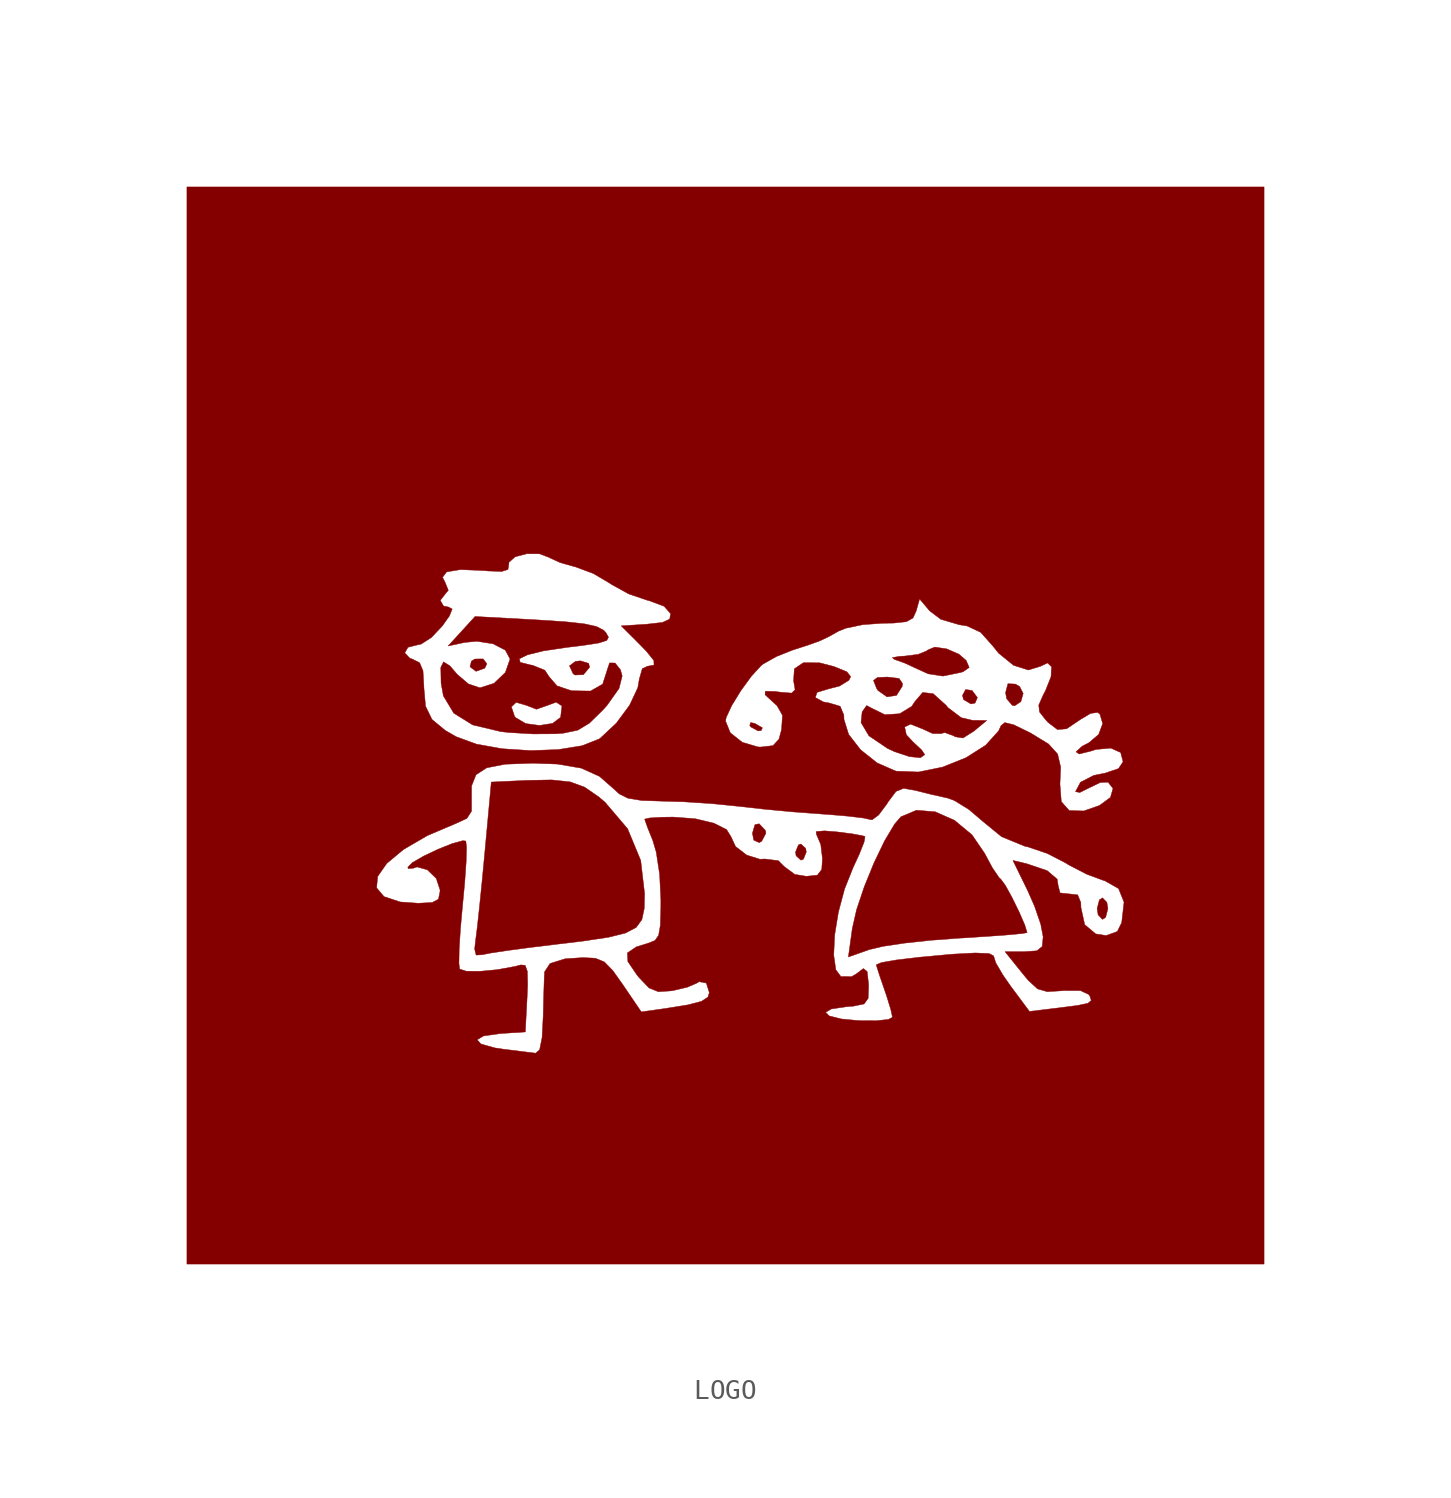
<source format=kicad_sym>
(kicad_symbol_lib
  (version 20220914)
  (generator "bitmap2component")
  (generator_version "8.0")
  (symbol "LOGO"
    (pin_names
      (offset 1.016))
    (property "Reference" "#G"
      (at 0 26.386 0)
      (effects (font (size 1.27 1.27)) hide))
    (symbol "LOGO_0_0"
      (polyline (pts (xy 27.021 0) (xy 27.021 27.021) (xy 0 27.021) (xy -27.021 27.021) (xy -27.021 3.643) (xy -16.093 3.643) (xy -15.932 3.924) (xy -15.418 4.053) (xy -15.272 4.083) (xy -14.754 4.416) (xy -14.204 4.999) (xy -13.851 5.497) (xy -13.712 5.846) (xy -13.902 5.945) (xy -14.149 5.995) (xy -14.31 6.278) (xy -14.038 6.628) (xy -13.907 6.782) (xy -14.068 7.181) (xy -14.198 7.433) (xy -13.992 7.706) (xy -13.3 7.822) (xy -12.145 7.774) (xy -11.932 7.754) (xy -11.229 7.727) (xy -10.915 7.826) (xy -10.873 8.078) (xy -10.864 8.19) (xy -10.554 8.463) (xy -9.977 8.617) (xy -9.336 8.616) (xy -8.832 8.426) (xy -8.804 8.405) (xy -8.295 8.173) (xy -7.569 7.967) (xy -7.517 7.955) (xy -6.627 7.623) (xy -5.795 7.131) (xy -5.728 7.082) (xy -4.848 6.597) (xy -3.902 6.277) (xy -3.825 6.26) (xy -3.08 5.982) (xy -2.754 5.611) (xy -2.8 5.34) (xy -3.16 5.172) (xy -3.95 5.082) (xy -5.233 4.999) (xy -4.373 4.141) (xy -3.972 3.73) (xy -3.595 3.262) (xy -3.586 3.033) (xy -3.918 2.972) (xy -4.175 2.85) (xy -4.323 2.337) (xy -4.4 1.894) (xy -4.812 1.018) (xy -5.394 0.229) (xy 0 0.229) (xy 0.035 0.403) (xy 0.312 1) (xy 0.773 1.752) (xy 1.304 2.48) (xy 1.789 3.007) (xy 1.89 3.086) (xy 2.557 3.462) (xy 3.378 3.788) (xy 4.138 4.032) (xy 4.712 4.238) (xy 5.155 4.444) (xy 5.675 4.735) (xy 6.032 4.88) (xy 6.89 5.059) (xy 7.872 5.13) (xy 8.438 5.139) (xy 9.076 5.208) (xy 9.404 5.392) (xy 9.566 5.742) (xy 9.737 6.35) (xy 10.24 5.753) (xy 10.804 5.327) (xy 11.736 5.054) (xy 12.12 4.993) (xy 12.803 4.674) (xy 13.417 3.985) (xy 13.708 3.623) (xy 14.455 3.018) (xy 15.197 2.784) (xy 15.809 2.974) (xy 16.159 3.14) (xy 16.359 2.944) (xy 16.331 2.443) (xy 16.054 1.747) (xy 15.949 1.55) (xy 15.717 1.023) (xy 15.756 0.677) (xy 16.065 0.284) (xy 16.187 0.153) (xy 16.653 -0.204) (xy 17.113 -0.165) (xy 17.756 0.267) (xy 17.788 0.292) (xy 18.322 0.608) (xy 18.677 0.656) (xy 18.785 0.566) (xy 18.925 0.097) (xy 18.723 -0.448) (xy 18.239 -0.86) (xy 17.886 -1.045) (xy 17.585 -1.322) (xy 17.741 -1.43) (xy 18.335 -1.283) (xy 18.585 -1.202) (xy 19.331 -1.134) (xy 19.826 -1.355) (xy 19.946 -1.823) (xy 19.717 -2.162) (xy 19.048 -2.388) (xy 18.475 -2.504) (xy 17.812 -2.844) (xy 17.564 -3.307) (xy 17.565 -3.319) (xy 17.776 -3.362) (xy 18.247 -3.127) (xy 18.803 -2.86) (xy 19.193 -2.842) (xy 19.442 -3.159) (xy 19.313 -3.607) (xy 18.767 -4.01) (xy 17.972 -4.288) (xy 17.244 -4.266) (xy 16.847 -3.817) (xy 16.78 -2.939) (xy 16.816 -2.091) (xy 16.663 -1.431) (xy 16.207 -0.928) (xy 15.35 -0.403) (xy 15.249 -0.348) (xy 14.457 0.038) (xy 14.012 0.145) (xy 13.824 -0.006) (xy 13.702 -0.272) (xy 13.052 -0.99) (xy 12.064 -1.617) (xy 10.891 -2.087) (xy 9.682 -2.333) (xy 8.587 -2.292) (xy 8.514 -2.275) (xy 7.607 -1.877) (xy 6.78 -1.22) (xy 6.178 -0.445) (xy 5.945 0.305) (xy 5.937 0.526) (xy 5.753 0.965) (xy 5.202 1.13) (xy 4.913 1.182) (xy 4.506 1.404) (xy 4.594 1.663) (xy 5.182 1.84) (xy 5.72 1.978) (xy 6.193 2.27) (xy 6.281 2.45) (xy 6.09 2.695) (xy 5.441 2.96) (xy 4.721 3.145) (xy 3.904 3.15) (xy 3.453 2.844) (xy 3.416 2.242) (xy 3.492 1.795) (xy 3.315 1.625) (xy 2.741 1.673) (xy 2.499 1.706) (xy 1.998 1.72) (xy 1.987 1.542) (xy 2.441 1.124) (xy 2.583 0.997) (xy 2.859 0.512) (xy 2.812 -0.203) (xy 2.682 -0.687) (xy 2.382 -1.01) (xy 1.764 -1.081) (xy 1.629 -1.075) (xy 0.843 -0.843) (xy 0.24 -0.364) (xy 0 0.229) (xy -5.394 0.229) (xy -5.477 0.117) (xy -6.279 -0.633) (xy -6.337 -0.674) (xy -7.189 -1.013) (xy -8.388 -1.207) (xy -9.777 -1.258) (xy -11.199 -1.166) (xy -12.496 -0.934) (xy -13.511 -0.563) (xy -14.056 -0.249) (xy -14.727 0.305) (xy -15.049 0.967) (xy -15.132 1.902) (xy -15.132 1.967) (xy -15.177 2.744) (xy -15.346 3.147) (xy -15.7 3.328) (xy -15.838 3.375) (xy -16.093 3.643) (xy -27.021 3.643) (xy -27.021 0) (xy -27.021 -8.144) (xy -17.505 -8.144) (xy -17.452 -7.575) (xy -16.996 -6.921) (xy -16.158 -6.223) (xy -14.96 -5.525) (xy -13.422 -4.87) (xy -12.975 -4.66) (xy -12.742 -4.299) (xy -12.742 -3.622) (xy -12.74 -3.03) (xy -12.517 -2.471) (xy -11.978 -2.122) (xy -11.051 -1.942) (xy -9.663 -1.891) (xy -8.426 -1.936) (xy -7.231 -2.141) (xy -6.321 -2.553) (xy -5.564 -3.215) (xy -5.336 -3.429) (xy -4.89 -3.651) (xy -4.206 -3.762) (xy -3.133 -3.797) (xy -2.166 -3.825) (xy -0.67 -3.92) (xy 0.676 -4.056) (xy 0.698 -4.059) (xy 1.956 -4.2) (xy 3.433 -4.338) (xy 4.812 -4.441) (xy 5.158 -4.464) (xy 6.17 -4.551) (xy 6.928 -4.643) (xy 7.289 -4.724) (xy 7.355 -4.733) (xy 7.681 -4.491) (xy 8.089 -3.947) (xy 8.164 -3.826) (xy 8.554 -3.307) (xy 8.939 -3.152) (xy 9.53 -3.258) (xy 10.328 -3.458) (xy 11.153 -3.643) (xy 11.482 -3.763) (xy 12.207 -4.21) (xy 12.94 -4.834) (xy 13.853 -5.58) (xy 15.027 -6.061) (xy 15.186 -6.094) (xy 16.155 -6.424) (xy 17.062 -6.894) (xy 17.227 -6.997) (xy 18.123 -7.461) (xy 18.954 -7.769) (xy 19.033 -7.791) (xy 19.721 -8.182) (xy 19.995 -8.864) (xy 19.878 -9.89) (xy 19.657 -10.335) (xy 19.099 -10.538) (xy 18.575 -10.456) (xy 18.022 -9.992) (xy 17.834 -9.136) (xy 17.825 -8.877) (xy 17.67 -8.497) (xy 17.226 -8.447) (xy 16.785 -8.4) (xy 16.694 -8.053) (xy 16.64 -7.708) (xy 16.137 -7.28) (xy 15.114 -6.935) (xy 14.421 -6.77) (xy 15.176 -8.316) (xy 15.508 -9.073) (xy 15.816 -9.968) (xy 15.937 -10.606) (xy 15.89 -11.084) (xy 15.626 -11.303) (xy 14.984 -11.349) (xy 14.026 -11.349) (xy 14.866 -12.395) (xy 15.191 -12.787) (xy 15.655 -13.213) (xy 16.142 -13.354) (xy 16.87 -13.309) (xy 16.98 -13.298) (xy 17.814 -13.302) (xy 18.231 -13.498) (xy 18.281 -13.58) (xy 18.351 -13.795) (xy 18.185 -13.934) (xy 17.683 -14.042) (xy 16.745 -14.164) (xy 15.25 -14.345) (xy 14.313 -13.085) (xy 13.919 -12.52) (xy 13.56 -11.905) (xy 13.451 -11.563) (xy 13.452 -11.559) (xy 13.23 -11.442) (xy 12.534 -11.412) (xy 11.424 -11.471) (xy 11.254 -11.485) (xy 9.729 -11.626) (xy 8.567 -11.764) (xy 7.826 -11.893) (xy 7.566 -12.003) (xy 7.583 -12.078) (xy 7.728 -12.533) (xy 7.971 -13.241) (xy 8.082 -13.563) (xy 8.293 -14.249) (xy 8.377 -14.638) (xy 8.172 -14.747) (xy 7.562 -14.812) (xy 6.688 -14.807) (xy 5.816 -14.724) (xy 5.203 -14.57) (xy 5.024 -14.389) (xy 5.312 -14.221) (xy 6.099 -14.105) (xy 6.419 -14.08) (xy 6.954 -13.97) (xy 7.157 -13.688) (xy 7.18 -13.093) (xy 7.177 -12.972) (xy 7.107 -12.345) (xy 6.918 -12.194) (xy 6.557 -12.466) (xy 6.332 -12.598) (xy 5.79 -12.595) (xy 5.535 -12.255) (xy 5.43 -11.517) (xy 5.477 -10.512) (xy 5.664 -9.364) (xy 5.976 -8.196) (xy 6.399 -7.134) (xy 6.711 -6.46) (xy 6.953 -5.848) (xy 7.002 -5.574) (xy 6.891 -5.534) (xy 6.366 -5.436) (xy 5.583 -5.336) (xy 4.965 -5.286) (xy 4.545 -5.323) (xy 4.57 -5.489) (xy 4.579 -5.498) (xy 4.78 -5.969) (xy 4.864 -6.674) (xy 4.829 -7.222) (xy 4.61 -7.508) (xy 4.056 -7.566) (xy 3.473 -7.468) (xy 2.938 -7.07) (xy 2.652 -6.782) (xy 1.98 -6.698) (xy 1.724 -6.709) (xy 1.061 -6.5) (xy 0.504 -6.071) (xy 0.268 -5.565) (xy 0.053 -5.221) (xy -0.583 -4.901) (xy -1.517 -4.678) (xy -2.621 -4.594) (xy -3.182 -4.602) (xy -3.809 -4.639) (xy -4.053 -4.696) (xy -4.046 -4.733) (xy -3.907 -5.124) (xy -3.648 -5.768) (xy -3.474 -6.357) (xy -3.305 -7.469) (xy -3.243 -8.744) (xy -3.244 -9.136) (xy -3.269 -10.021) (xy -3.356 -10.529) (xy -3.538 -10.785) (xy -3.85 -10.912) (xy -4.475 -11.107) (xy -4.922 -11.41) (xy -4.899 -11.842) (xy -4.446 -12.51) (xy -4.342 -12.639) (xy -3.839 -13.165) (xy -3.372 -13.356) (xy -2.722 -13.313) (xy -2.627 -13.298) (xy -1.913 -13.129) (xy -1.461 -12.935) (xy -1.321 -12.852) (xy -0.961 -12.924) (xy -0.811 -13.402) (xy -0.881 -13.627) (xy -1.203 -13.837) (xy -1.875 -14.014) (xy -2.99 -14.194) (xy -4.224 -14.368) (xy -5.152 -13.001) (xy -5.651 -12.299) (xy -6.081 -11.859) (xy -6.532 -11.676) (xy -7.161 -11.645) (xy -8.05 -11.705) (xy -8.804 -11.941) (xy -9.079 -12.362) (xy -9.079 -12.365) (xy -9.098 -12.797) (xy -9.123 -13.596) (xy -9.147 -14.591) (xy -9.203 -15.661) (xy -9.326 -16.269) (xy -9.525 -16.441) (xy -9.688 -16.42) (xy -10.319 -16.342) (xy -11.153 -16.238) (xy -11.571 -16.175) (xy -12.267 -15.98) (xy -12.46 -15.766) (xy -12.142 -15.576) (xy -11.304 -15.456) (xy -10.043 -15.374) (xy -9.953 -13.634) (xy -9.926 -12.994) (xy -9.943 -12.327) (xy -10.05 -12.033) (xy -10.268 -12.012) (xy -10.557 -12.087) (xy -11.44 -12.249) (xy -12.313 -12.332) (xy -13.003 -12.327) (xy -13.338 -12.221) (xy -13.374 -11.945) (xy -13.362 -11.223) (xy -13.297 -10.187) (xy -13.185 -8.957) (xy -13.085 -7.896) (xy -13.012 -6.851) (xy -12.992 -6.113) (xy -13.028 -5.796) (xy -13.189 -5.78) (xy -13.714 -5.926) (xy -14.425 -6.21) (xy -15.147 -6.553) (xy -15.709 -6.879) (xy -15.937 -7.109) (xy -15.921 -7.177) (xy -15.678 -7.164) (xy -15.472 -7.096) (xy -14.956 -7.24) (xy -14.511 -7.674) (xy -14.321 -8.251) (xy -14.322 -8.32) (xy -14.4 -8.713) (xy -14.716 -8.881) (xy -15.42 -8.917) (xy -16.318 -8.853) (xy -17.134 -8.584) (xy -17.505 -8.144) (xy -27.021 -8.144) (xy -27.021 -27.021) (xy 0 -27.021) (xy 27.021 -27.021) (xy 27.021 0)) (stroke (width 0.01) (type default)) (fill (type outline)))
      (polyline (pts (xy -12.212 -11.502) (xy -11.78 -11.416) (xy -10.931 -11.288) (xy -9.79 -11.136) (xy -8.48 -10.976) (xy -7.139 -10.815) (xy -5.878 -10.626) (xy -5.017 -10.413) (xy -4.481 -10.131) (xy -4.194 -9.736) (xy -4.078 -9.185) (xy -4.059 -8.435) (xy -4.254 -6.768) (xy -4.913 -5.179) (xy -6.042 -3.852) (xy -6.36 -3.582) (xy -7.064 -3.096) (xy -7.793 -2.828) (xy -8.716 -2.73) (xy -10.004 -2.755) (xy -11.75 -2.837) (xy -12.074 -6.35) (xy -12.084 -6.46) (xy -12.218 -7.864) (xy -12.347 -9.138) (xy -12.457 -10.147) (xy -12.534 -10.755) (xy -12.586 -11.21) (xy -12.512 -11.516) (xy -12.212 -11.502)) (stroke (width 0.01) (type default)) (fill (type outline)))
      (polyline (pts (xy 7.219 -11.241) (xy 7.897 -11.081) (xy 8.969 -10.92) (xy 10.287 -10.777) (xy 11.703 -10.671) (xy 11.895 -10.66) (xy 13.159 -10.579) (xy 14.188 -10.503) (xy 14.879 -10.438) (xy 15.132 -10.393) (xy 15.132 -10.391) (xy 15.015 -10.005) (xy 14.732 -9.355) (xy 14.378 -8.633) (xy 14.045 -8.027) (xy 13.827 -7.729) (xy 13.72 -7.625) (xy 13.385 -7.13) (xy 12.999 -6.41) (xy 12.365 -5.483) (xy 11.49 -4.758) (xy 10.521 -4.329) (xy 9.582 -4.251) (xy 8.8 -4.579) (xy 8.483 -4.947) (xy 7.983 -5.786) (xy 7.455 -6.881) (xy 6.965 -8.082) (xy 6.577 -9.238) (xy 6.36 -10.197) (xy 6.165 -11.613) (xy 7.219 -11.241)) (stroke (width 0.01) (type default)) (fill (type outline)))
      (polyline (pts (xy 19.072 -9.626) (xy 19.185 -9.187) (xy 19.134 -8.873) (xy 18.915 -8.647) (xy 18.758 -8.748) (xy 18.645 -9.187) (xy 18.695 -9.501) (xy 18.915 -9.728) (xy 19.072 -9.626)) (stroke (width 0.01) (type default)) (fill (type outline)))
      (polyline (pts (xy 3.907 -6.71) (xy 4.053 -6.35) (xy 4.023 -6.164) (xy 3.783 -5.945) (xy 3.659 -5.99) (xy 3.513 -6.35) (xy 3.543 -6.537) (xy 3.783 -6.755) (xy 3.907 -6.71)) (stroke (width 0.01) (type default)) (fill (type outline)))
      (polyline (pts (xy 1.813 -5.81) (xy 2.027 -5.404) (xy 2.003 -5.263) (xy 1.689 -4.931) (xy 1.476 -4.976) (xy 1.351 -5.404) (xy 1.418 -5.752) (xy 1.689 -5.877) (xy 1.813 -5.81)) (stroke (width 0.01) (type default)) (fill (type outline)))
      (polyline (pts (xy 9.998 -1.462) (xy 9.841 -1.227) (xy 9.415 -0.83) (xy 9.073 -0.465) (xy 8.989 -0.073) (xy 9.281 0.069) (xy 9.865 -0.161) (xy 10.392 -0.404) (xy 10.809 -0.405) (xy 11.004 -0.355) (xy 11.461 -0.521) (xy 11.515 -0.563) (xy 11.914 -0.628) (xy 12.462 -0.283) (xy 13.105 0.252) (xy 12.382 0.261) (xy 11.828 0.392) (xy 11.166 0.892) (xy 11.065 1.016) (xy 10.417 1.598) (xy 9.893 1.657) (xy 9.497 1.194) (xy 9.341 0.958) (xy 8.735 0.59) (xy 7.995 0.543) (xy 7.359 0.856) (xy 7.081 1.002) (xy 6.856 0.684) (xy 6.8 0.148) (xy 7.195 -0.518) (xy 8.127 -1.148) (xy 8.482 -1.313) (xy 9.226 -1.56) (xy 9.78 -1.618) (xy 9.998 -1.462)) (stroke (width 0.01) (type default)) (fill (type outline)))
      (polyline (pts (xy 1.789 -0.256) (xy 1.853 -0.115) (xy 1.472 0.103) (xy 1.261 0.15) (xy 1.218 -0.003) (xy 1.271 -0.074) (xy 1.637 -0.27) (xy 1.789 -0.256)) (stroke (width 0.01) (type default)) (fill (type outline)))
      (polyline (pts (xy 14.819 1.199) (xy 14.934 1.606) (xy 14.757 1.955) (xy 14.542 2.079) (xy 14.168 2.095) (xy 14.051 1.644) (xy 14.106 1.342) (xy 14.389 1.01) (xy 14.512 0.992) (xy 14.819 1.199)) (stroke (width 0.01) (type default)) (fill (type outline)))
      (polyline (pts (xy 12.521 1.126) (xy 12.638 1.402) (xy 12.371 1.757) (xy 12.047 1.805) (xy 11.889 1.509) (xy 11.945 1.298) (xy 12.317 1.081) (xy 12.521 1.126)) (stroke (width 0.01) (type default)) (fill (type outline)))
      (polyline (pts (xy 8.579 1.51) (xy 8.866 1.962) (xy 8.881 2.107) (xy 8.706 2.363) (xy 8.117 2.432) (xy 7.621 2.409) (xy 7.425 2.26) (xy 7.575 1.875) (xy 7.647 1.759) (xy 8.103 1.437) (xy 8.579 1.51)) (stroke (width 0.01) (type default)) (fill (type outline)))
      (polyline (pts (xy 11.803 2.662) (xy 11.927 2.701) (xy 12.227 2.911) (xy 12.073 3.265) (xy 11.716 3.575) (xy 11.101 3.844) (xy 10.501 3.934) (xy 10.134 3.784) (xy 10.1 3.745) (xy 9.666 3.569) (xy 8.969 3.481) (xy 8.745 3.47) (xy 8.372 3.409) (xy 8.456 3.324) (xy 8.976 3.139) (xy 9.672 2.817) (xy 10.171 2.592) (xy 10.905 2.479) (xy 11.803 2.662)) (stroke (width 0.01) (type default)) (fill (type outline)))
      (polyline (pts (xy -8.529 -0.416) (xy -8.135 -0.386) (xy -7.418 -0.237) (xy -6.831 0.115) (xy -6.147 0.784) (xy -5.942 1.012) (xy -5.341 1.859) (xy -5.184 2.487) (xy -5.271 2.799) (xy -5.54 3.135) (xy -5.817 3.14) (xy -5.945 2.758) (xy -5.945 2.753) (xy -6.163 2.075) (xy -6.775 1.728) (xy -7.728 1.744) (xy -8.452 1.989) (xy -8.839 2.434) (xy -9.067 2.775) (xy -9.688 3.025) (xy -9.773 3.035) (xy -10.302 3.169) (xy -10.342 3.347) (xy -9.938 3.546) (xy -9.132 3.744) (xy -7.967 3.918) (xy -7.136 4.019) (xy -6.353 4.14) (xy -5.961 4.266) (xy -5.872 4.428) (xy -5.999 4.659) (xy -6.114 4.78) (xy -6.47 4.965) (xy -7.083 5.101) (xy -8.047 5.207) (xy -9.457 5.299) (xy -12.565 5.469) (xy -13.24 4.729) (xy -13.916 3.99) (xy -13.085 4.168) (xy -12.472 4.226) (xy -11.659 4.098) (xy -11.049 3.782) (xy -10.809 3.338) (xy -11.043 2.663) (xy -11.613 2.117) (xy -12.317 1.891) (xy -12.899 2.086) (xy -13.462 2.567) (xy -13.822 2.988) (xy -14.147 3.193) (xy -14.284 2.911) (xy -14.269 2.121) (xy -14.153 1.483) (xy -13.822 0.934) (xy -10.742 0.934) (xy -10.503 1.161) (xy -9.985 1.01) (xy -9.485 0.816) (xy -8.93 1.01) (xy -8.499 1.171) (xy -8.206 0.982) (xy -8.27 0.43) (xy -8.28 0.405) (xy -8.674 0.107) (xy -9.332 0.003) (xy -10.026 0.097) (xy -10.528 0.394) (xy -10.583 0.463) (xy -10.742 0.934) (xy -13.822 0.934) (xy -13.632 0.617) (xy -12.681 0.028) (xy -11.27 -0.307) (xy -10.873 -0.351) (xy -9.65 -0.423) (xy -8.529 -0.416)) (stroke (width 0.01) (type default)) (fill (type outline)))
      (polyline (pts (xy -7.132 2.548) (xy -6.817 2.922) (xy -6.867 3.118) (xy -7.273 3.243) (xy -7.527 3.219) (xy -7.829 2.994) (xy -7.65 2.606) (xy -7.551 2.534) (xy -7.132 2.548)) (stroke (width 0.01) (type default)) (fill (type outline)))
      (polyline (pts (xy -12.077 2.875) (xy -11.973 3.096) (xy -12.156 3.339) (xy -12.572 3.337) (xy -12.747 3.231) (xy -12.818 2.944) (xy -12.517 2.718) (xy -12.077 2.875)) (stroke (width 0.01) (type default)) (fill (type outline))))))
</source>
